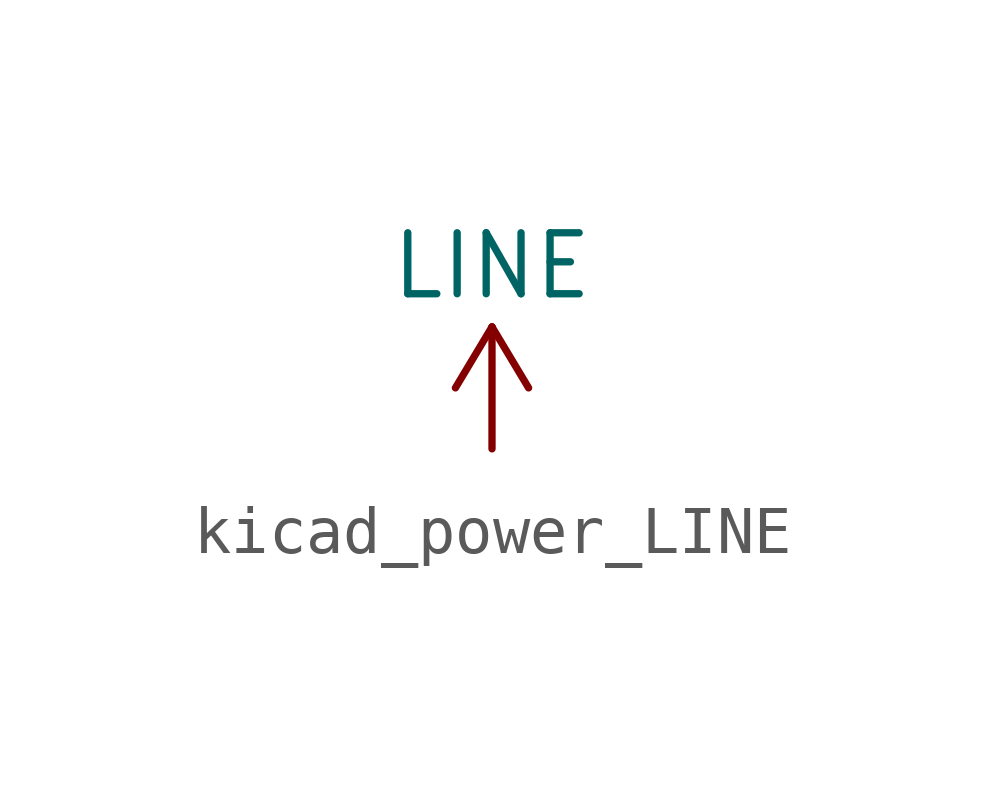
<source format=kicad_sym>
(kicad_symbol_lib
  (version 20220914)
  (generator kicad_symbol_editor)
  (symbol "kicad_power_LINE"
    (power)
    (pin_names
      (offset 0))
    (property "Reference" "#PWR"
      (at 0 -3.81 0)
      (effects (font (size 1.27 1.27)) hide))
    (property "Value" "LINE"
      (at 0 3.81 0)
      (effects (font (size 1.27 1.27))))
    (symbol "kicad_power_LINE_0_1"
      (polyline (pts (xy -0.762 1.27) (xy 0 2.54)) (stroke (width 0) (type default)) (fill (type none)))
      (polyline (pts (xy 0 0) (xy 0 2.54)) (stroke (width 0) (type default)) (fill (type none)))
      (polyline (pts (xy 0 2.54) (xy 0.762 1.27)) (stroke (width 0) (type default)) (fill (type none))))
    (symbol "kicad_power_LINE_1_1"
      (pin power_in line (at 0 0 90) (length 0) hide (name "LINE" (effects (font (size 1.27 1.27)))) (number "1" (effects (font (size 1.27 1.27))))))))
</source>
